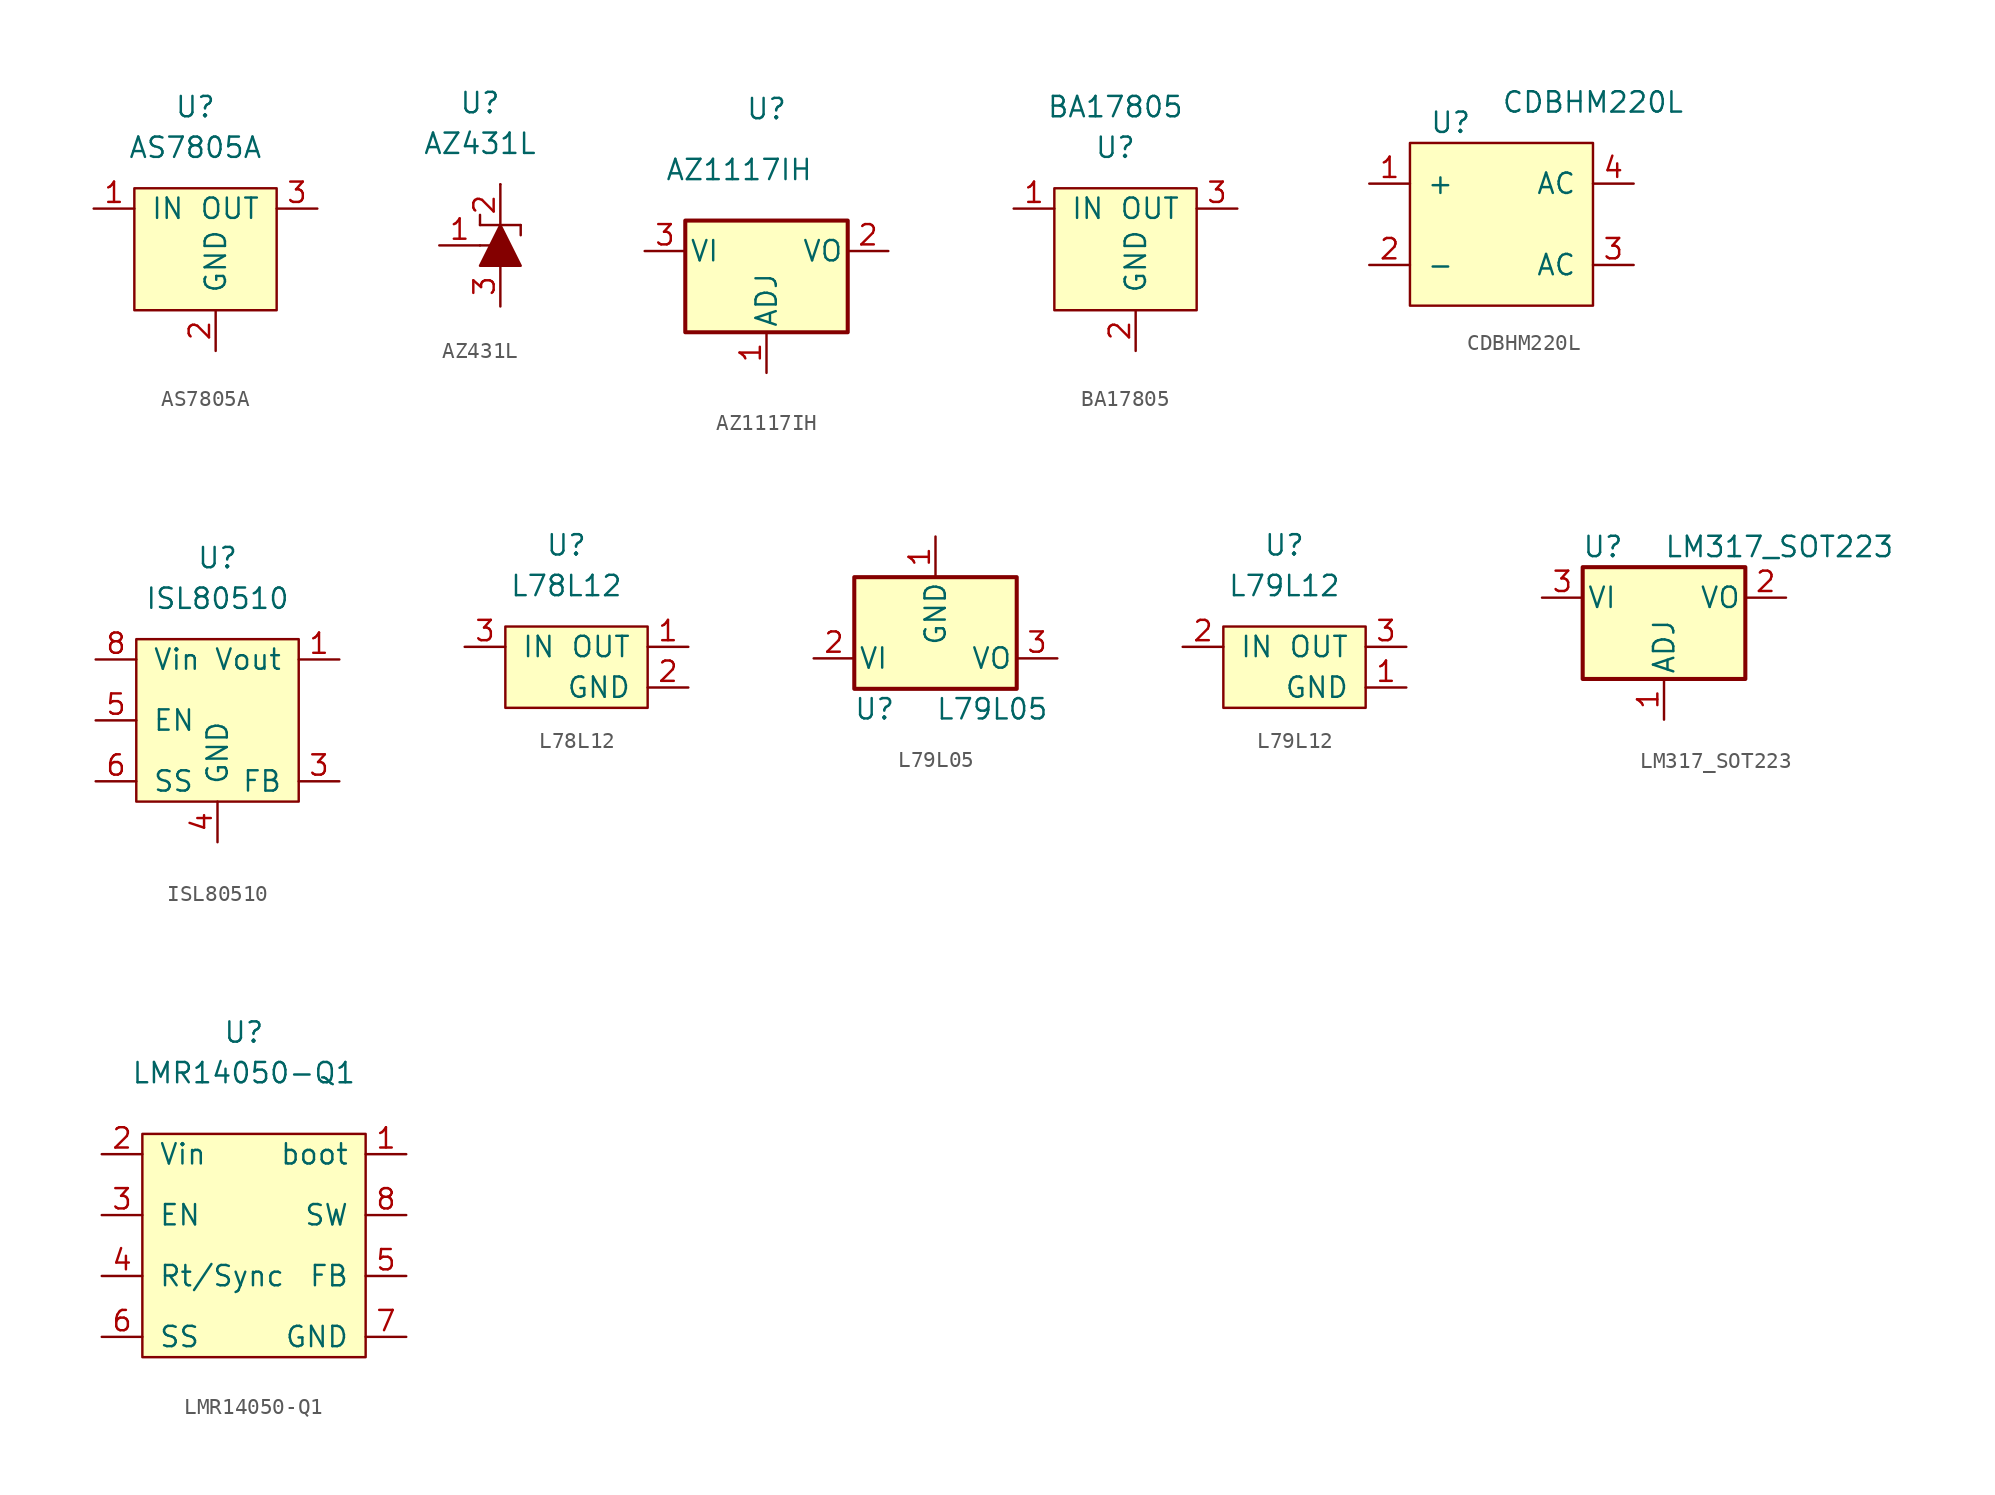
<source format=kicad_sym>
(kicad_symbol_lib
  (version 20211014)
  (generator kicad_symbol_editor)
  (symbol "AS7805A"
    (pin_names
      (offset 1.016))
    (property "Reference" "U"
      (at 0 7.62 0)
      (effects (font (size 1.27 1.27))))
    (property "Value" "AS7805A"
      (at 0 5.08 0)
      (effects (font (size 1.27 1.27))))
    (symbol "AS7805A_0_0"
      (pin power_in line (at -6.35 1.27 0) (length 2.54) (name "IN" (effects (font (size 1.27 1.27)))) (number "1" (effects (font (size 1.27 1.27)))))
      (pin power_in line (at 1.27 -7.62 90) (length 2.54) (name "GND" (effects (font (size 1.27 1.27)))) (number "2" (effects (font (size 1.27 1.27)))))
      (pin power_out line (at 7.62 1.27 180) (length 2.54) (name "OUT" (effects (font (size 1.27 1.27)))) (number "3" (effects (font (size 1.27 1.27))))))
    (symbol "AS7805A_0_1"
      (rectangle (start -3.81 2.54) (end 5.08 -5.08) (stroke (width 0) (type default) (color 0 0 0 0)) (fill (type background)))))
  (symbol "AZ431L"
    (pin_names
      (offset 1.016))
    (property "Reference" "U"
      (at 0 10.16 0)
      (effects (font (size 1.27 1.27))))
    (property "Value" "AZ431L"
      (at 0 7.62 0)
      (effects (font (size 1.27 1.27))))
    (symbol "AZ431L_0_0"
      (pin passive line (at -2.54 1.27 0) (length 2.54) (name "~" (effects (font (size 1.27 1.27)))) (number "1" (effects (font (size 1.27 1.27)))))
      (pin passive line (at 1.27 5.08 270) (length 2.54) (name "~" (effects (font (size 1.27 1.27)))) (number "2" (effects (font (size 1.27 1.27)))))
      (pin passive line (at 1.27 -2.54 90) (length 2.54) (name "~" (effects (font (size 1.27 1.27)))) (number "3" (effects (font (size 1.27 1.27))))))
    (symbol "AZ431L_0_1"
      (polyline (pts (xy 0 1.27) (xy 1.27 1.27)) (stroke (width 0) (type default) (color 0 0 0 0)) (fill (type none)))
      (polyline (pts (xy 0 2.54) (xy 2.54 2.54)) (stroke (width 0) (type default) (color 0 0 0 0)) (fill (type none)))
      (polyline (pts (xy 0 3.175) (xy 0 2.54)) (stroke (width 0) (type default) (color 0 0 0 0)) (fill (type none)))
      (polyline (pts (xy 1.27 1.27) (xy 1.27 1.27)) (stroke (width 0) (type default) (color 0 0 0 0)) (fill (type outline)))
      (polyline (pts (xy 1.27 5.08) (xy 1.27 5.08)) (stroke (width 0) (type default) (color 0 0 0 0)) (fill (type none)))
      (polyline (pts (xy 2.54 2.54) (xy 2.54 1.905)) (stroke (width 0) (type default) (color 0 0 0 0)) (fill (type none)))
      (polyline (pts (xy 1.27 2.54) (xy 0 0) (xy 2.54 0) (xy 1.27 2.54)) (stroke (width 0) (type default) (color 0 0 0 0)) (fill (type outline)))))
  (symbol "AZ1117IH"
    (pin_names
      (offset 0.254))
    (property "Reference" "U"
      (at 0 8.89 0)
      (effects (font (size 1.27 1.27))))
    (property "Value" "AZ1117IH"
      (at -6.35 5.08 0)
      (effects (font (size 1.27 1.27)) (justify left)))
    (symbol "AZ1117IH_0_1"
      (rectangle (start -5.08 1.905) (end 5.08 -5.08) (stroke (width 0.254) (type default) (color 0 0 0 0)) (fill (type background))))
    (symbol "AZ1117IH_1_1"
      (pin input line (at 0 -7.62 90) (length 2.54) (name "ADJ" (effects (font (size 1.27 1.27)))) (number "1" (effects (font (size 1.27 1.27)))))
      (pin power_out line (at 7.62 0 180) (length 2.54) (name "VO" (effects (font (size 1.27 1.27)))) (number "2" (effects (font (size 1.27 1.27)))))
      (pin power_in line (at -7.62 0 0) (length 2.54) (name "VI" (effects (font (size 1.27 1.27)))) (number "3" (effects (font (size 1.27 1.27)))))))
  (symbol "BA17805"
    (pin_names
      (offset 1.016))
    (property "Reference" "U"
      (at 0 6.35 0)
      (effects (font (size 1.27 1.27))))
    (property "Value" "BA17805"
      (at 0 8.89 0)
      (effects (font (size 1.27 1.27))))
    (symbol "BA17805_0_0"
      (pin power_in line (at -6.35 2.54 0) (length 2.54) (name "IN" (effects (font (size 1.27 1.27)))) (number "1" (effects (font (size 1.27 1.27)))))
      (pin power_in line (at 1.27 -6.35 90) (length 2.54) (name "GND" (effects (font (size 1.27 1.27)))) (number "2" (effects (font (size 1.27 1.27)))))
      (pin power_out line (at 7.62 2.54 180) (length 2.54) (name "OUT" (effects (font (size 1.27 1.27)))) (number "3" (effects (font (size 1.27 1.27))))))
    (symbol "BA17805_0_1"
      (rectangle (start -3.81 3.81) (end 5.08 -3.81) (stroke (width 0) (type default) (color 0 0 0 0)) (fill (type background)))))
  (symbol "CDBHM220L"
    (pin_names
      (offset 1.016))
    (property "Reference" "U"
      (at 0 0 0)
      (effects (font (size 1.27 1.27))))
    (property "Value" "CDBHM220L"
      (at 8.89 1.27 0)
      (effects (font (size 1.27 1.27))))
    (symbol "CDBHM220L_0_1"
      (rectangle (start -2.54 -1.27) (end 8.89 -11.43) (stroke (width 0) (type default) (color 0 0 0 0)) (fill (type background))))
    (symbol "CDBHM220L_1_1"
      (pin power_out line (at -5.08 -3.81 0) (length 2.54) (name "+" (effects (font (size 1.27 1.27)))) (number "1" (effects (font (size 1.27 1.27)))))
      (pin power_out line (at -5.08 -8.89 0) (length 2.54) (name "-" (effects (font (size 1.27 1.27)))) (number "2" (effects (font (size 1.27 1.27)))))
      (pin power_out line (at 11.43 -8.89 180) (length 2.54) (name "AC" (effects (font (size 1.27 1.27)))) (number "3" (effects (font (size 1.27 1.27)))))
      (pin power_out line (at 11.43 -3.81 180) (length 2.54) (name "AC" (effects (font (size 1.27 1.27)))) (number "4" (effects (font (size 1.27 1.27)))))))
  (symbol "ISL80510"
    (pin_names
      (offset 1.016))
    (property "Reference" "U"
      (at 0 10.16 0)
      (effects (font (size 1.27 1.27))))
    (property "Value" "ISL80510"
      (at 0 7.62 0)
      (effects (font (size 1.27 1.27))))
    (symbol "ISL80510_0_0"
      (pin power_out line (at 7.62 3.81 180) (length 2.54) (name "Vout" (effects (font (size 1.27 1.27)))) (number "1" (effects (font (size 1.27 1.27)))))
      (pin power_out line (at 7.62 3.81 180) (length 2.54) hide (name "Vout" (effects (font (size 1.27 1.27)))) (number "2" (effects (font (size 1.27 1.27)))))
      (pin passive line (at 7.62 -3.81 180) (length 2.54) (name "FB" (effects (font (size 1.27 1.27)))) (number "3" (effects (font (size 1.27 1.27)))))
      (pin power_in line (at 0 -7.62 90) (length 2.54) (name "GND" (effects (font (size 1.27 1.27)))) (number "4" (effects (font (size 1.27 1.27)))))
      (pin passive line (at -7.62 0 0) (length 2.54) (name "EN" (effects (font (size 1.27 1.27)))) (number "5" (effects (font (size 1.27 1.27)))))
      (pin passive line (at -7.62 -3.81 0) (length 2.54) (name "SS" (effects (font (size 1.27 1.27)))) (number "6" (effects (font (size 1.27 1.27)))))
      (pin power_in line (at -7.62 3.81 0) (length 2.54) hide (name "Vin" (effects (font (size 1.27 1.27)))) (number "7" (effects (font (size 1.27 1.27)))))
      (pin power_in line (at -7.62 3.81 0) (length 2.54) (name "Vin" (effects (font (size 1.27 1.27)))) (number "8" (effects (font (size 1.27 1.27)))))
      (pin power_in line (at 0 -7.62 90) (length 2.54) hide (name "GND" (effects (font (size 1.27 1.27)))) (number "9" (effects (font (size 1.27 1.27))))))
    (symbol "ISL80510_0_1"
      (rectangle (start -5.08 5.08) (end 5.08 -5.08) (stroke (width 0) (type default) (color 0 0 0 0)) (fill (type background)))))
  (symbol "L78L12"
    (pin_names
      (offset 1.016))
    (property "Reference" "U"
      (at 0 7.62 0)
      (effects (font (size 1.27 1.27))))
    (property "Value" "L78L12"
      (at 0 5.08 0)
      (effects (font (size 1.27 1.27))))
    (symbol "L78L12_0_0"
      (pin power_out line (at 7.62 1.27 180) (length 2.54) (name "OUT" (effects (font (size 1.27 1.27)))) (number "1" (effects (font (size 1.27 1.27)))))
      (pin power_in line (at 7.62 -1.27 180) (length 2.54) (name "GND" (effects (font (size 1.27 1.27)))) (number "2" (effects (font (size 1.27 1.27)))))
      (pin power_in line (at -6.35 1.27 0) (length 2.54) (name "IN" (effects (font (size 1.27 1.27)))) (number "3" (effects (font (size 1.27 1.27))))))
    (symbol "L78L12_0_1"
      (rectangle (start -3.81 2.54) (end 5.08 -2.54) (stroke (width 0) (type default) (color 0 0 0 0)) (fill (type background)))))
  (symbol "L79L05"
    (pin_names
      (offset 0.254))
    (property "Reference" "U"
      (at -3.81 -3.175 0)
      (effects (font (size 1.27 1.27))))
    (property "Value" "L79L05"
      (at 0 -3.175 0)
      (effects (font (size 1.27 1.27)) (justify left)))
    (symbol "L79L05_0_1"
      (rectangle (start -5.08 5.08) (end 5.08 -1.905) (stroke (width 0.254) (type default) (color 0 0 0 0)) (fill (type background))))
    (symbol "L79L05_1_1"
      (pin power_in line (at 0 7.62 270) (length 2.54) (name "GND" (effects (font (size 1.27 1.27)))) (number "1" (effects (font (size 1.27 1.27)))))
      (pin power_in line (at -7.62 0 0) (length 2.54) (name "VI" (effects (font (size 1.27 1.27)))) (number "2" (effects (font (size 1.27 1.27)))))
      (pin power_out line (at 7.62 0 180) (length 2.54) (name "VO" (effects (font (size 1.27 1.27)))) (number "3" (effects (font (size 1.27 1.27)))))))
  (symbol "L79L12"
    (pin_names
      (offset 1.016))
    (property "Reference" "U"
      (at 0 7.62 0)
      (effects (font (size 1.27 1.27))))
    (property "Value" "L79L12"
      (at 0 5.08 0)
      (effects (font (size 1.27 1.27))))
    (symbol "L79L12_0_0"
      (pin power_in line (at 7.62 -1.27 180) (length 2.54) (name "GND" (effects (font (size 1.27 1.27)))) (number "1" (effects (font (size 1.27 1.27)))))
      (pin power_in line (at -6.35 1.27 0) (length 2.54) (name "IN" (effects (font (size 1.27 1.27)))) (number "2" (effects (font (size 1.27 1.27)))))
      (pin power_out line (at 7.62 1.27 180) (length 2.54) (name "OUT" (effects (font (size 1.27 1.27)))) (number "3" (effects (font (size 1.27 1.27))))))
    (symbol "L79L12_0_1"
      (rectangle (start -3.81 2.54) (end 5.08 -2.54) (stroke (width 0) (type default) (color 0 0 0 0)) (fill (type background)))))
  (symbol "LM317_SOT223"
    (pin_names
      (offset 0.254))
    (property "Reference" "U"
      (at -3.81 3.175 0)
      (effects (font (size 1.27 1.27))))
    (property "Value" "LM317_SOT223"
      (at 0 3.175 0)
      (effects (font (size 1.27 1.27)) (justify left)))
    (symbol "LM317_SOT223_0_1"
      (rectangle (start -5.08 1.905) (end 5.08 -5.08) (stroke (width 0.254) (type default) (color 0 0 0 0)) (fill (type background))))
    (symbol "LM317_SOT223_1_1"
      (pin input line (at 0 -7.62 90) (length 2.54) (name "ADJ" (effects (font (size 1.27 1.27)))) (number "1" (effects (font (size 1.27 1.27)))))
      (pin power_out line (at 7.62 0 180) (length 2.54) (name "VO" (effects (font (size 1.27 1.27)))) (number "2" (effects (font (size 1.27 1.27)))))
      (pin power_in line (at -7.62 0 0) (length 2.54) (name "VI" (effects (font (size 1.27 1.27)))) (number "3" (effects (font (size 1.27 1.27)))))))
  (symbol "LMR14050-Q1"
    (pin_names
      (offset 1.016))
    (property "Reference" "U"
      (at 0 11.43 0)
      (effects (font (size 1.27 1.27))))
    (property "Value" "LMR14050-Q1"
      (at 0 8.89 0)
      (effects (font (size 1.27 1.27))))
    (symbol "LMR14050-Q1_0_0"
      (pin passive line (at 10.16 3.81 180) (length 2.54) (name "boot" (effects (font (size 1.27 1.27)))) (number "1" (effects (font (size 1.27 1.27)))))
      (pin passive line (at -8.89 3.81 0) (length 2.54) (name "Vin" (effects (font (size 1.27 1.27)))) (number "2" (effects (font (size 1.27 1.27)))))
      (pin input line (at -8.89 0 0) (length 2.54) (name "EN" (effects (font (size 1.27 1.27)))) (number "3" (effects (font (size 1.27 1.27)))))
      (pin passive line (at -8.89 -3.81 0) (length 2.54) (name "Rt/Sync" (effects (font (size 1.27 1.27)))) (number "4" (effects (font (size 1.27 1.27)))))
      (pin input line (at 10.16 -3.81 180) (length 2.54) (name "FB" (effects (font (size 1.27 1.27)))) (number "5" (effects (font (size 1.27 1.27)))))
      (pin passive line (at -8.89 -7.62 0) (length 2.54) (name "SS" (effects (font (size 1.27 1.27)))) (number "6" (effects (font (size 1.27 1.27)))))
      (pin power_in line (at 10.16 -7.62 180) (length 2.54) (name "GND" (effects (font (size 1.27 1.27)))) (number "7" (effects (font (size 1.27 1.27)))))
      (pin passive line (at 10.16 0 180) (length 2.54) (name "SW" (effects (font (size 1.27 1.27)))) (number "8" (effects (font (size 1.27 1.27)))))
      (pin power_in line (at 10.16 -7.62 180) (length 2.54) hide (name "EP" (effects (font (size 1.27 1.27)))) (number "9" (effects (font (size 1.27 1.27))))))
    (symbol "LMR14050-Q1_0_1"
      (rectangle (start -6.35 5.08) (end 7.62 -8.89) (stroke (width 0) (type default) (color 0 0 0 0)) (fill (type background))))))
</source>
